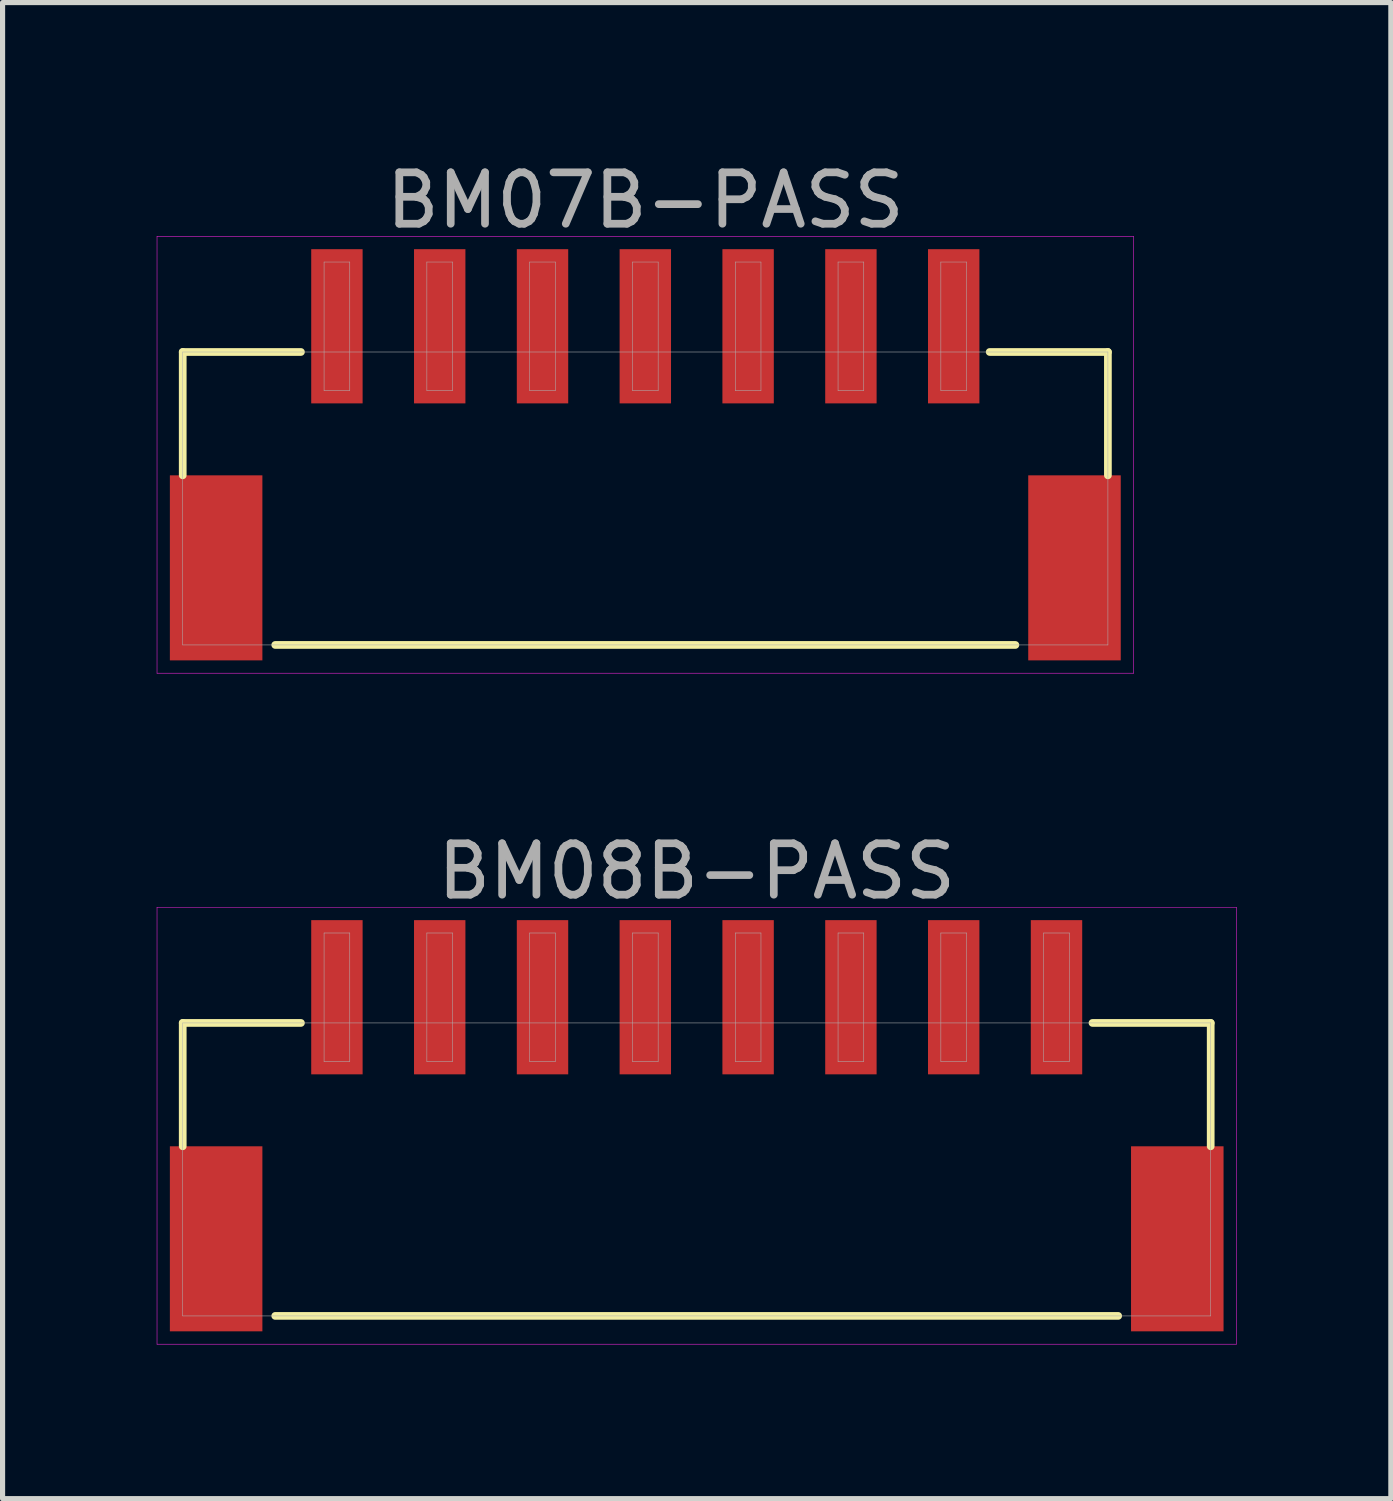
<source format=kicad_pcb>
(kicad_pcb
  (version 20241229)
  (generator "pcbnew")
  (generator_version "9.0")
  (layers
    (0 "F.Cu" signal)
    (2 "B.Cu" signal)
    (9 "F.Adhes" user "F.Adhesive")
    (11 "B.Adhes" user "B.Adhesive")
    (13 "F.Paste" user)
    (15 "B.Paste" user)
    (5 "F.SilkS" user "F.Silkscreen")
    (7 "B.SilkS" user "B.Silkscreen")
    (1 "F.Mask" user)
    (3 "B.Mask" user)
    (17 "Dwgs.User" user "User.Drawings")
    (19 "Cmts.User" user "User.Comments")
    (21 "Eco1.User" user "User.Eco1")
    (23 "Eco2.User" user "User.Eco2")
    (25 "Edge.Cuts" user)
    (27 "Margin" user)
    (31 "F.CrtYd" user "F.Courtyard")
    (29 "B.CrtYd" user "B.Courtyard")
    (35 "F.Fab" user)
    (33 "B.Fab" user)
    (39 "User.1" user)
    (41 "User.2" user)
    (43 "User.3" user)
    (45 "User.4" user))
  (footprint "BM07B-PASS"
    (layer "F.Cu")
    (at 9.505 3.298)
    (property "Reference" "BM07B-PASS" (at 0 -2.45 0) (layer "F.Fab") (effects (font (size 1 1) (thickness 0.15))))
    (attr through_hole)
    (fp_line (start -9 0.5) (end -6.7 0.5) (stroke (width 0.15) (type solid)) (layer "F.SilkS"))
    (fp_line (start -9 2.9) (end -9 0.5) (stroke (width 0.15) (type solid)) (layer "F.SilkS"))
    (fp_line (start -7.2 6.2) (end 7.2 6.2) (stroke (width 0.15) (type solid)) (layer "F.SilkS"))
    (fp_line (start 9 0.5) (end 6.7 0.5) (stroke (width 0.15) (type solid)) (layer "F.SilkS"))
    (fp_line (start 9 2.9) (end 9 0.5) (stroke (width 0.15) (type solid)) (layer "F.SilkS"))
    (fp_line (start -9.5 -1.75) (end 9.5 -1.75) (stroke (width 0.01) (type solid)) (layer "F.CrtYd"))
    (fp_line (start -9.5 6.75) (end -9.5 -1.75) (stroke (width 0.01) (type solid)) (layer "F.CrtYd"))
    (fp_line (start 9.5 -1.75) (end 9.5 6.75) (stroke (width 0.01) (type solid)) (layer "F.CrtYd"))
    (fp_line (start 9.5 6.75) (end -9.5 6.75) (stroke (width 0.01) (type solid)) (layer "F.CrtYd"))
    (fp_line (start -9 0.5) (end 9 0.5) (stroke (width 0.01) (type solid)) (layer "F.Fab"))
    (fp_line (start -9 6.2) (end -9 0.5) (stroke (width 0.01) (type solid)) (layer "F.Fab"))
    (fp_line (start -6.25 -1.25) (end -5.75 -1.25) (stroke (width 0.01) (type solid)) (layer "F.Fab"))
    (fp_line (start -6.25 1.25) (end -6.25 -1.25) (stroke (width 0.01) (type solid)) (layer "F.Fab"))
    (fp_line (start -5.75 -1.25) (end -5.75 1.25) (stroke (width 0.01) (type solid)) (layer "F.Fab"))
    (fp_line (start -5.75 1.25) (end -6.25 1.25) (stroke (width 0.01) (type solid)) (layer "F.Fab"))
    (fp_line (start -4.25 -1.25) (end -3.75 -1.25) (stroke (width 0.01) (type solid)) (layer "F.Fab"))
    (fp_line (start -4.25 1.25) (end -4.25 -1.25) (stroke (width 0.01) (type solid)) (layer "F.Fab"))
    (fp_line (start -3.75 -1.25) (end -3.75 1.25) (stroke (width 0.01) (type solid)) (layer "F.Fab"))
    (fp_line (start -3.75 1.25) (end -4.25 1.25) (stroke (width 0.01) (type solid)) (layer "F.Fab"))
    (fp_line (start -2.25 -1.25) (end -1.75 -1.25) (stroke (width 0.01) (type solid)) (layer "F.Fab"))
    (fp_line (start -2.25 1.25) (end -2.25 -1.25) (stroke (width 0.01) (type solid)) (layer "F.Fab"))
    (fp_line (start -1.75 -1.25) (end -1.75 1.25) (stroke (width 0.01) (type solid)) (layer "F.Fab"))
    (fp_line (start -1.75 1.25) (end -2.25 1.25) (stroke (width 0.01) (type solid)) (layer "F.Fab"))
    (fp_line (start -0.25 -1.25) (end 0.25 -1.25) (stroke (width 0.01) (type solid)) (layer "F.Fab"))
    (fp_line (start -0.25 1.25) (end -0.25 -1.25) (stroke (width 0.01) (type solid)) (layer "F.Fab"))
    (fp_line (start 0.25 -1.25) (end 0.25 1.25) (stroke (width 0.01) (type solid)) (layer "F.Fab"))
    (fp_line (start 0.25 1.25) (end -0.25 1.25) (stroke (width 0.01) (type solid)) (layer "F.Fab"))
    (fp_line (start 1.75 -1.25) (end 2.25 -1.25) (stroke (width 0.01) (type solid)) (layer "F.Fab"))
    (fp_line (start 1.75 1.25) (end 1.75 -1.25) (stroke (width 0.01) (type solid)) (layer "F.Fab"))
    (fp_line (start 2.25 -1.25) (end 2.25 1.25) (stroke (width 0.01) (type solid)) (layer "F.Fab"))
    (fp_line (start 2.25 1.25) (end 1.75 1.25) (stroke (width 0.01) (type solid)) (layer "F.Fab"))
    (fp_line (start 3.75 -1.25) (end 4.25 -1.25) (stroke (width 0.01) (type solid)) (layer "F.Fab"))
    (fp_line (start 3.75 1.25) (end 3.75 -1.25) (stroke (width 0.01) (type solid)) (layer "F.Fab"))
    (fp_line (start 4.25 -1.25) (end 4.25 1.25) (stroke (width 0.01) (type solid)) (layer "F.Fab"))
    (fp_line (start 4.25 1.25) (end 3.75 1.25) (stroke (width 0.01) (type solid)) (layer "F.Fab"))
    (fp_line (start 5.75 -1.25) (end 6.25 -1.25) (stroke (width 0.01) (type solid)) (layer "F.Fab"))
    (fp_line (start 5.75 1.25) (end 5.75 -1.25) (stroke (width 0.01) (type solid)) (layer "F.Fab"))
    (fp_line (start 6.25 -1.25) (end 6.25 1.25) (stroke (width 0.01) (type solid)) (layer "F.Fab"))
    (fp_line (start 6.25 1.25) (end 5.75 1.25) (stroke (width 0.01) (type solid)) (layer "F.Fab"))
    (fp_line (start 9 0.5) (end 9 6.2) (stroke (width 0.01) (type solid)) (layer "F.Fab"))
    (fp_line (start 9 6.2) (end -9 6.2) (stroke (width 0.01) (type solid)) (layer "F.Fab"))
    (pad "" smd rect (at -8.35 4.7) (size 1.8 3.6) (layers "F.Cu" "F.Mask" "F.Paste"))
    (pad "" smd rect (at 8.35 4.7) (size 1.8 3.6) (layers "F.Cu" "F.Mask" "F.Paste"))
    (pad "1" smd rect (at 6 0) (size 1 3) (layers "F.Cu" "F.Mask" "F.Paste"))
    (pad "2" smd rect (at 4 0) (size 1 3) (layers "F.Cu" "F.Mask" "F.Paste"))
    (pad "3" smd rect (at 2 0) (size 1 3) (layers "F.Cu" "F.Mask" "F.Paste"))
    (pad "4" smd rect (at 0 0) (size 1 3) (layers "F.Cu" "F.Mask" "F.Paste"))
    (pad "5" smd rect (at -2 0) (size 1 3) (layers "F.Cu" "F.Mask" "F.Paste"))
    (pad "6" smd rect (at -4 0) (size 1 3) (layers "F.Cu" "F.Mask" "F.Paste"))
    (pad "7" smd rect (at -6 0) (size 1 3) (layers "F.Cu" "F.Mask" "F.Paste")))
  (footprint "BM08B-PASS"
    (layer "F.Cu")
    (at 10.505 16.352)
    (property "Reference" "BM08B-PASS" (at 0 -2.45 0) (layer "F.Fab") (effects (font (size 1 1) (thickness 0.15))))
    (attr through_hole)
    (fp_line (start -10 0.5) (end -7.7 0.5) (stroke (width 0.15) (type solid)) (layer "F.SilkS"))
    (fp_line (start -10 2.9) (end -10 0.5) (stroke (width 0.15) (type solid)) (layer "F.SilkS"))
    (fp_line (start -8.2 6.2) (end 8.2 6.2) (stroke (width 0.15) (type solid)) (layer "F.SilkS"))
    (fp_line (start 10 0.5) (end 7.7 0.5) (stroke (width 0.15) (type solid)) (layer "F.SilkS"))
    (fp_line (start 10 2.9) (end 10 0.5) (stroke (width 0.15) (type solid)) (layer "F.SilkS"))
    (fp_line (start -10.5 -1.75) (end 10.5 -1.75) (stroke (width 0.01) (type solid)) (layer "F.CrtYd"))
    (fp_line (start -10.5 6.75) (end -10.5 -1.75) (stroke (width 0.01) (type solid)) (layer "F.CrtYd"))
    (fp_line (start 10.5 -1.75) (end 10.5 6.75) (stroke (width 0.01) (type solid)) (layer "F.CrtYd"))
    (fp_line (start 10.5 6.75) (end -10.5 6.75) (stroke (width 0.01) (type solid)) (layer "F.CrtYd"))
    (fp_line (start -10 0.5) (end 10 0.5) (stroke (width 0.01) (type solid)) (layer "F.Fab"))
    (fp_line (start -10 6.2) (end -10 0.5) (stroke (width 0.01) (type solid)) (layer "F.Fab"))
    (fp_line (start -7.25 -1.25) (end -6.75 -1.25) (stroke (width 0.01) (type solid)) (layer "F.Fab"))
    (fp_line (start -7.25 1.25) (end -7.25 -1.25) (stroke (width 0.01) (type solid)) (layer "F.Fab"))
    (fp_line (start -6.75 -1.25) (end -6.75 1.25) (stroke (width 0.01) (type solid)) (layer "F.Fab"))
    (fp_line (start -6.75 1.25) (end -7.25 1.25) (stroke (width 0.01) (type solid)) (layer "F.Fab"))
    (fp_line (start -5.25 -1.25) (end -4.75 -1.25) (stroke (width 0.01) (type solid)) (layer "F.Fab"))
    (fp_line (start -5.25 1.25) (end -5.25 -1.25) (stroke (width 0.01) (type solid)) (layer "F.Fab"))
    (fp_line (start -4.75 -1.25) (end -4.75 1.25) (stroke (width 0.01) (type solid)) (layer "F.Fab"))
    (fp_line (start -4.75 1.25) (end -5.25 1.25) (stroke (width 0.01) (type solid)) (layer "F.Fab"))
    (fp_line (start -3.25 -1.25) (end -2.75 -1.25) (stroke (width 0.01) (type solid)) (layer "F.Fab"))
    (fp_line (start -3.25 1.25) (end -3.25 -1.25) (stroke (width 0.01) (type solid)) (layer "F.Fab"))
    (fp_line (start -2.75 -1.25) (end -2.75 1.25) (stroke (width 0.01) (type solid)) (layer "F.Fab"))
    (fp_line (start -2.75 1.25) (end -3.25 1.25) (stroke (width 0.01) (type solid)) (layer "F.Fab"))
    (fp_line (start -1.25 -1.25) (end -0.75 -1.25) (stroke (width 0.01) (type solid)) (layer "F.Fab"))
    (fp_line (start -1.25 1.25) (end -1.25 -1.25) (stroke (width 0.01) (type solid)) (layer "F.Fab"))
    (fp_line (start -0.75 -1.25) (end -0.75 1.25) (stroke (width 0.01) (type solid)) (layer "F.Fab"))
    (fp_line (start -0.75 1.25) (end -1.25 1.25) (stroke (width 0.01) (type solid)) (layer "F.Fab"))
    (fp_line (start 0.75 -1.25) (end 1.25 -1.25) (stroke (width 0.01) (type solid)) (layer "F.Fab"))
    (fp_line (start 0.75 1.25) (end 0.75 -1.25) (stroke (width 0.01) (type solid)) (layer "F.Fab"))
    (fp_line (start 1.25 -1.25) (end 1.25 1.25) (stroke (width 0.01) (type solid)) (layer "F.Fab"))
    (fp_line (start 1.25 1.25) (end 0.75 1.25) (stroke (width 0.01) (type solid)) (layer "F.Fab"))
    (fp_line (start 2.75 -1.25) (end 3.25 -1.25) (stroke (width 0.01) (type solid)) (layer "F.Fab"))
    (fp_line (start 2.75 1.25) (end 2.75 -1.25) (stroke (width 0.01) (type solid)) (layer "F.Fab"))
    (fp_line (start 3.25 -1.25) (end 3.25 1.25) (stroke (width 0.01) (type solid)) (layer "F.Fab"))
    (fp_line (start 3.25 1.25) (end 2.75 1.25) (stroke (width 0.01) (type solid)) (layer "F.Fab"))
    (fp_line (start 4.75 -1.25) (end 5.25 -1.25) (stroke (width 0.01) (type solid)) (layer "F.Fab"))
    (fp_line (start 4.75 1.25) (end 4.75 -1.25) (stroke (width 0.01) (type solid)) (layer "F.Fab"))
    (fp_line (start 5.25 -1.25) (end 5.25 1.25) (stroke (width 0.01) (type solid)) (layer "F.Fab"))
    (fp_line (start 5.25 1.25) (end 4.75 1.25) (stroke (width 0.01) (type solid)) (layer "F.Fab"))
    (fp_line (start 6.75 -1.25) (end 7.25 -1.25) (stroke (width 0.01) (type solid)) (layer "F.Fab"))
    (fp_line (start 6.75 1.25) (end 6.75 -1.25) (stroke (width 0.01) (type solid)) (layer "F.Fab"))
    (fp_line (start 7.25 -1.25) (end 7.25 1.25) (stroke (width 0.01) (type solid)) (layer "F.Fab"))
    (fp_line (start 7.25 1.25) (end 6.75 1.25) (stroke (width 0.01) (type solid)) (layer "F.Fab"))
    (fp_line (start 10 0.5) (end 10 6.2) (stroke (width 0.01) (type solid)) (layer "F.Fab"))
    (fp_line (start 10 6.2) (end -10 6.2) (stroke (width 0.01) (type solid)) (layer "F.Fab"))
    (pad "" smd rect (at -9.35 4.7) (size 1.8 3.6) (layers "F.Cu" "F.Mask" "F.Paste"))
    (pad "" smd rect (at 9.35 4.7) (size 1.8 3.6) (layers "F.Cu" "F.Mask" "F.Paste"))
    (pad "1" smd rect (at 7 0) (size 1 3) (layers "F.Cu" "F.Mask" "F.Paste"))
    (pad "2" smd rect (at 5 0) (size 1 3) (layers "F.Cu" "F.Mask" "F.Paste"))
    (pad "3" smd rect (at 3 0) (size 1 3) (layers "F.Cu" "F.Mask" "F.Paste"))
    (pad "4" smd rect (at 1 0) (size 1 3) (layers "F.Cu" "F.Mask" "F.Paste"))
    (pad "5" smd rect (at -1 0) (size 1 3) (layers "F.Cu" "F.Mask" "F.Paste"))
    (pad "6" smd rect (at -3 0) (size 1 3) (layers "F.Cu" "F.Mask" "F.Paste"))
    (pad "7" smd rect (at -5 0) (size 1 3) (layers "F.Cu" "F.Mask" "F.Paste"))
    (pad "8" smd rect (at -7 0) (size 1 3) (layers "F.Cu" "F.Mask" "F.Paste")))
  (gr_rect
    (start -3 -3)
    (end 24.01 26.107)
    (stroke (width 0.1) (type default))
    (fill no)
    (layer "Edge.Cuts")))
</source>
